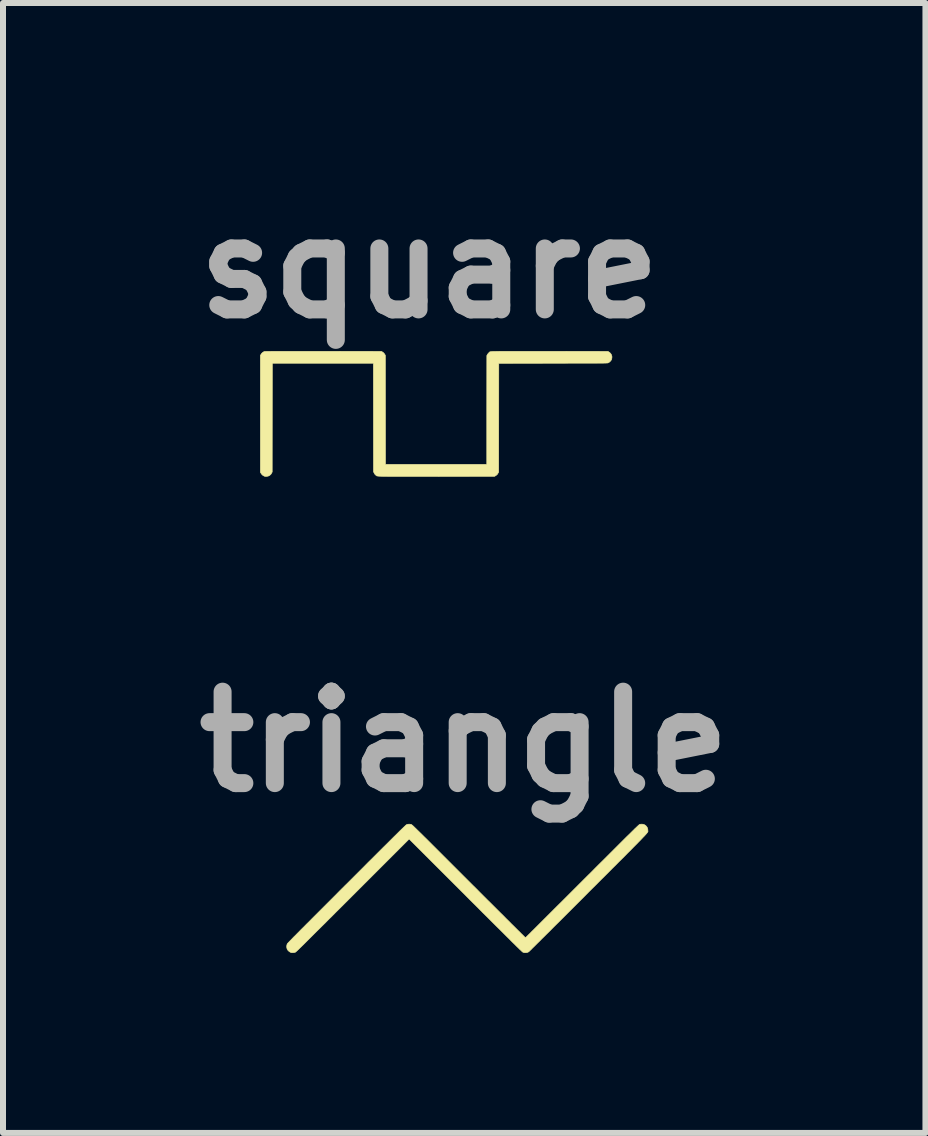
<source format=kicad_pcb>
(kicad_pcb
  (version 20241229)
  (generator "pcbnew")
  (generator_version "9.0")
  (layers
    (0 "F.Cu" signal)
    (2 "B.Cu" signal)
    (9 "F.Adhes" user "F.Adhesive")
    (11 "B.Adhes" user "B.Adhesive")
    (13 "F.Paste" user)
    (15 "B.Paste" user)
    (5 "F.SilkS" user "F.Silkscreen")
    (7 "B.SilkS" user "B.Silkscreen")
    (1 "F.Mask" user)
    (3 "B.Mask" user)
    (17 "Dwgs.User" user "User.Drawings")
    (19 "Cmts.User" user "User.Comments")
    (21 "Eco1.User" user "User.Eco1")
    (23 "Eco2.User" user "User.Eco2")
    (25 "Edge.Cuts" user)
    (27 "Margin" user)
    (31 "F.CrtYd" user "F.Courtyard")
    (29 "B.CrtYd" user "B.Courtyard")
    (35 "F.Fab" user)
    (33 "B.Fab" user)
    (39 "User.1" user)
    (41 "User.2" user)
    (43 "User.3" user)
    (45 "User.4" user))
  (footprint "triangle"
    (layer "F.Cu")
    (at 4.688 11.854)
    (property "Reference" "triangle" (at 0 -2.54 0) (layer "F.Fab") (effects (font (size 1.524 1.524) (thickness 0.3))))
    (attr through_hole)
    (fp_poly (pts (xy 2.99 -1.162) (xy 3.001 -1.158) (xy 3.023 -1.145) (xy 3.04 -1.127) (xy 3.053 -1.106) (xy 3.06 -1.082) (xy 3.061 -1.063) (xy 3.061 -1.06) (xy 3.062 -1.057) (xy 3.062 -1.055) (xy 3.063 -1.052) (xy 3.063 -1.05) (xy 3.063 -1.048) (xy 3.063 -1.045) (xy 3.062 -1.042) (xy 3.06 -1.039) (xy 3.058 -1.035) (xy 3.055 -1.03) (xy 3.051 -1.024) (xy 3.046 -1.018) (xy 3.04 -1.01) (xy 3.032 -1.001) (xy 3.023 -0.991) (xy 3.012 -0.979) (xy 3 -0.966) (xy 2.985 -0.951) (xy 2.969 -0.934) (xy 2.951 -0.915) (xy 2.93 -0.893) (xy 2.907 -0.87) (xy 2.882 -0.844) (xy 2.854 -0.816) (xy 2.823 -0.785) (xy 2.79 -0.751) (xy 2.754 -0.715) (xy 2.714 -0.675) (xy 2.672 -0.632) (xy 2.626 -0.586) (xy 2.576 -0.537) (xy 2.524 -0.484) (xy 2.467 -0.428) (xy 2.407 -0.367) (xy 2.343 -0.303) (xy 2.274 -0.235) (xy 2.202 -0.162) (xy 2.125 -0.086) (xy 2.067 -0.028) (xy 2.001 0.039) (xy 1.936 0.104) (xy 1.872 0.168) (xy 1.81 0.23) (xy 1.749 0.291) (xy 1.69 0.35) (xy 1.632 0.408) (xy 1.577 0.463) (xy 1.523 0.516) (xy 1.472 0.567) (xy 1.424 0.616) (xy 1.377 0.662) (xy 1.334 0.705) (xy 1.293 0.745) (xy 1.256 0.783) (xy 1.221 0.817) (xy 1.19 0.848) (xy 1.163 0.875) (xy 1.138 0.899) (xy 1.118 0.92) (xy 1.101 0.936) (xy 1.089 0.948) (xy 1.08 0.956) (xy 1.076 0.96) (xy 1.076 0.961) (xy 1.054 0.971) (xy 1.03 0.976) (xy 1.005 0.976) (xy 0.981 0.969) (xy 0.978 0.968) (xy 0.976 0.967) (xy 0.973 0.964) (xy 0.968 0.96) (xy 0.961 0.954) (xy 0.953 0.946) (xy 0.943 0.936) (xy 0.93 0.925) (xy 0.916 0.911) (xy 0.899 0.894) (xy 0.88 0.876) (xy 0.859 0.855) (xy 0.835 0.831) (xy 0.808 0.805) (xy 0.779 0.776) (xy 0.747 0.743) (xy 0.711 0.708) (xy 0.673 0.67) (xy 0.631 0.628) (xy 0.586 0.583) (xy 0.537 0.535) (xy 0.485 0.483) (xy 0.429 0.427) (xy 0.369 0.367) (xy 0.305 0.304) (xy 0.238 0.236) (xy 0.166 0.164) (xy 0.089 0.088) (xy 0.023 0.021) (xy -0.918 -0.919) (xy -1.858 0.021) (xy -1.936 0.099) (xy -2.01 0.173) (xy -2.079 0.242) (xy -2.145 0.307) (xy -2.206 0.369) (xy -2.264 0.426) (xy -2.317 0.48) (xy -2.368 0.53) (xy -2.414 0.576) (xy -2.458 0.619) (xy -2.498 0.659) (xy -2.535 0.696) (xy -2.569 0.73) (xy -2.6 0.761) (xy -2.628 0.789) (xy -2.654 0.815) (xy -2.677 0.838) (xy -2.698 0.858) (xy -2.717 0.877) (xy -2.734 0.893) (xy -2.749 0.908) (xy -2.761 0.92) (xy -2.773 0.931) (xy -2.782 0.94) (xy -2.79 0.947) (xy -2.797 0.953) (xy -2.802 0.958) (xy -2.807 0.962) (xy -2.81 0.965) (xy -2.813 0.967) (xy -2.815 0.968) (xy -2.815 0.968) (xy -2.833 0.973) (xy -2.852 0.976) (xy -2.871 0.976) (xy -2.881 0.975) (xy -2.903 0.966) (xy -2.923 0.952) (xy -2.94 0.935) (xy -2.952 0.915) (xy -2.953 0.912) (xy -2.958 0.891) (xy -2.959 0.869) (xy -2.956 0.847) (xy -2.949 0.828) (xy -2.948 0.827) (xy -2.946 0.824) (xy -2.942 0.819) (xy -2.935 0.812) (xy -2.926 0.802) (xy -2.914 0.79) (xy -2.9 0.775) (xy -2.882 0.757) (xy -2.862 0.736) (xy -2.839 0.712) (xy -2.812 0.686) (xy -2.783 0.656) (xy -2.75 0.623) (xy -2.714 0.586) (xy -2.674 0.547) (xy -2.631 0.503) (xy -2.584 0.457) (xy -2.534 0.406) (xy -2.48 0.352) (xy -2.422 0.294) (xy -2.36 0.232) (xy -2.294 0.166) (xy -2.224 0.096) (xy -2.15 0.022) (xy -2.072 -0.057) (xy -1.989 -0.14) (xy -1.958 -0.17) (xy -1.878 -0.25) (xy -1.803 -0.325) (xy -1.732 -0.396) (xy -1.665 -0.463) (xy -1.603 -0.526) (xy -1.544 -0.584) (xy -1.488 -0.64) (xy -1.437 -0.691) (xy -1.389 -0.739) (xy -1.344 -0.784) (xy -1.302 -0.825) (xy -1.264 -0.863) (xy -1.228 -0.899) (xy -1.196 -0.931) (xy -1.166 -0.961) (xy -1.139 -0.987) (xy -1.114 -1.012) (xy -1.092 -1.034) (xy -1.072 -1.054) (xy -1.054 -1.071) (xy -1.038 -1.087) (xy -1.024 -1.1) (xy -1.012 -1.112) (xy -1.001 -1.122) (xy -0.992 -1.131) (xy -0.984 -1.138) (xy -0.978 -1.144) (xy -0.973 -1.149) (xy -0.968 -1.152) (xy -0.965 -1.155) (xy -0.962 -1.157) (xy -0.96 -1.158) (xy -0.959 -1.159) (xy -0.937 -1.165) (xy -0.913 -1.166) (xy -0.89 -1.163) (xy -0.883 -1.161) (xy -0.881 -1.16) (xy -0.879 -1.159) (xy -0.877 -1.158) (xy -0.875 -1.156) (xy -0.872 -1.154) (xy -0.868 -1.151) (xy -0.863 -1.147) (xy -0.857 -1.142) (xy -0.85 -1.135) (xy -0.842 -1.128) (xy -0.833 -1.119) (xy -0.822 -1.108) (xy -0.809 -1.096) (xy -0.795 -1.082) (xy -0.779 -1.066) (xy -0.76 -1.048) (xy -0.74 -1.028) (xy -0.717 -1.006) (xy -0.692 -0.981) (xy -0.665 -0.954) (xy -0.634 -0.924) (xy -0.601 -0.891) (xy -0.565 -0.855) (xy -0.526 -0.816) (xy -0.484 -0.774) (xy -0.439 -0.729) (xy -0.39 -0.68) (xy -0.337 -0.627) (xy -0.281 -0.571) (xy -0.221 -0.511) (xy -0.157 -0.447) (xy -0.089 -0.379) (xy -0.017 -0.307) (xy 0.059 -0.231) (xy 0.076 -0.214) (xy 0.141 -0.149) (xy 0.205 -0.086) (xy 0.267 -0.023) (xy 0.328 0.038) (xy 0.387 0.097) (xy 0.445 0.154) (xy 0.501 0.21) (xy 0.555 0.264) (xy 0.606 0.315) (xy 0.656 0.364) (xy 0.702 0.411) (xy 0.747 0.455) (xy 0.788 0.497) (xy 0.827 0.535) (xy 0.862 0.57) (xy 0.895 0.603) (xy 0.924 0.631) (xy 0.949 0.657) (xy 0.971 0.678) (xy 0.989 0.696) (xy 1.003 0.71) (xy 1.013 0.72) (xy 1.019 0.726) (xy 1.021 0.727) (xy 1.023 0.725) (xy 1.03 0.718) (xy 1.041 0.708) (xy 1.056 0.693) (xy 1.075 0.674) (xy 1.098 0.652) (xy 1.124 0.625) (xy 1.154 0.596) (xy 1.187 0.563) (xy 1.223 0.527) (xy 1.262 0.488) (xy 1.304 0.446) (xy 1.349 0.401) (xy 1.396 0.354) (xy 1.446 0.304) (xy 1.498 0.252) (xy 1.552 0.198) (xy 1.609 0.142) (xy 1.667 0.084) (xy 1.726 0.025) (xy 1.788 -0.037) (xy 1.85 -0.099) (xy 1.914 -0.163) (xy 1.965 -0.214) (xy 2.043 -0.292) (xy 2.117 -0.365) (xy 2.186 -0.435) (xy 2.251 -0.5) (xy 2.313 -0.561) (xy 2.37 -0.618) (xy 2.424 -0.672) (xy 2.474 -0.722) (xy 2.52 -0.768) (xy 2.563 -0.811) (xy 2.603 -0.851) (xy 2.64 -0.888) (xy 2.674 -0.922) (xy 2.705 -0.953) (xy 2.734 -0.981) (xy 2.76 -1.006) (xy 2.783 -1.029) (xy 2.804 -1.05) (xy 2.823 -1.068) (xy 2.839 -1.085) (xy 2.854 -1.099) (xy 2.867 -1.111) (xy 2.878 -1.122) (xy 2.888 -1.131) (xy 2.896 -1.139) (xy 2.903 -1.145) (xy 2.908 -1.15) (xy 2.913 -1.154) (xy 2.916 -1.157) (xy 2.919 -1.159) (xy 2.921 -1.16) (xy 2.923 -1.161) (xy 2.944 -1.166) (xy 2.968 -1.166) (xy 2.99 -1.162)) (stroke (width 0.01) (type solid)) (fill yes) (layer "F.SilkS")))
  (footprint "square"
    (layer "F.Cu")
    (at 4.108 3.958)
    (property "Reference" "square" (at 0 -2.54 0) (layer "F.Fab") (effects (font (size 1.524 1.524) (thickness 0.3))))
    (attr through_hole)
    (fp_poly (pts (xy 1.496 -1.152) (xy 1.559 -1.152) (xy 1.627 -1.152) (xy 1.7 -1.152) (xy 1.779 -1.152) (xy 1.864 -1.152) (xy 1.955 -1.152) (xy 2.005 -1.152) (xy 2.973 -1.151) (xy 2.987 -1.144) (xy 3.008 -1.129) (xy 3.024 -1.111) (xy 3.036 -1.09) (xy 3.042 -1.068) (xy 3.042 -1.044) (xy 3.037 -1.02) (xy 3.032 -1.008) (xy 3.021 -0.993) (xy 3.007 -0.978) (xy 2.991 -0.966) (xy 2.979 -0.96) (xy 2.977 -0.959) (xy 2.975 -0.959) (xy 2.973 -0.958) (xy 2.969 -0.958) (xy 2.965 -0.957) (xy 2.959 -0.957) (xy 2.952 -0.957) (xy 2.943 -0.956) (xy 2.932 -0.956) (xy 2.919 -0.956) (xy 2.903 -0.955) (xy 2.886 -0.955) (xy 2.865 -0.955) (xy 2.841 -0.955) (xy 2.814 -0.955) (xy 2.784 -0.954) (xy 2.749 -0.954) (xy 2.711 -0.954) (xy 2.669 -0.954) (xy 2.623 -0.954) (xy 2.571 -0.954) (xy 2.516 -0.954) (xy 2.455 -0.954) (xy 2.389 -0.954) (xy 2.317 -0.954) (xy 2.24 -0.953) (xy 2.156 -0.953) (xy 2.067 -0.953) (xy 2.06 -0.953) (xy 1.156 -0.952) (xy 1.155 -0.047) (xy 1.154 0.859) (xy 1.145 0.877) (xy 1.132 0.898) (xy 1.113 0.915) (xy 1.098 0.925) (xy 1.084 0.932) (xy 0.118 0.933) (xy 0.024 0.933) (xy -0.064 0.933) (xy -0.146 0.933) (xy -0.222 0.933) (xy -0.293 0.933) (xy -0.358 0.933) (xy -0.419 0.933) (xy -0.474 0.933) (xy -0.525 0.933) (xy -0.571 0.933) (xy -0.613 0.933) (xy -0.651 0.933) (xy -0.685 0.933) (xy -0.716 0.932) (xy -0.743 0.932) (xy -0.767 0.932) (xy -0.788 0.931) (xy -0.807 0.931) (xy -0.822 0.93) (xy -0.836 0.93) (xy -0.847 0.929) (xy -0.857 0.928) (xy -0.864 0.927) (xy -0.871 0.926) (xy -0.875 0.925) (xy -0.879 0.924) (xy -0.882 0.922) (xy -0.885 0.921) (xy -0.887 0.919) (xy -0.888 0.918) (xy -0.89 0.916) (xy -0.892 0.914) (xy -0.894 0.912) (xy -0.895 0.911) (xy -0.908 0.899) (xy -0.918 0.883) (xy -0.921 0.877) (xy -0.932 0.856) (xy -0.934 -0.953) (xy -2.619 -0.953) (xy -2.62 -0.047) (xy -2.621 0.859) (xy -2.63 0.877) (xy -2.643 0.898) (xy -2.662 0.915) (xy -2.677 0.924) (xy -2.689 0.928) (xy -2.704 0.931) (xy -2.72 0.933) (xy -2.735 0.933) (xy -2.746 0.931) (xy -2.77 0.92) (xy -2.79 0.904) (xy -2.806 0.883) (xy -2.81 0.876) (xy -2.818 0.862) (xy -2.818 -1.081) (xy -2.81 -1.096) (xy -2.799 -1.114) (xy -2.784 -1.129) (xy -2.767 -1.141) (xy -2.757 -1.146) (xy -2.755 -1.147) (xy -2.753 -1.147) (xy -2.751 -1.148) (xy -2.748 -1.148) (xy -2.745 -1.149) (xy -2.741 -1.149) (xy -2.735 -1.15) (xy -2.728 -1.15) (xy -2.719 -1.15) (xy -2.709 -1.151) (xy -2.696 -1.151) (xy -2.682 -1.151) (xy -2.664 -1.151) (xy -2.644 -1.151) (xy -2.622 -1.152) (xy -2.596 -1.152) (xy -2.566 -1.152) (xy -2.533 -1.152) (xy -2.497 -1.152) (xy -2.456 -1.152) (xy -2.412 -1.152) (xy -2.363 -1.152) (xy -2.309 -1.152) (xy -2.25 -1.152) (xy -2.187 -1.152) (xy -2.118 -1.152) (xy -2.044 -1.152) (xy -1.964 -1.152) (xy -1.878 -1.152) (xy -1.786 -1.152) (xy -1.771 -1.152) (xy -0.802 -1.151) (xy -0.785 -1.142) (xy -0.765 -1.128) (xy -0.75 -1.11) (xy -0.742 -1.098) (xy -0.735 -1.084) (xy -0.734 -0.175) (xy -0.733 0.733) (xy 0.956 0.733) (xy 0.956 -0.174) (xy 0.957 -1.081) (xy 0.966 -1.097) (xy 0.973 -1.108) (xy 0.983 -1.12) (xy 0.991 -1.128) (xy 0.993 -1.13) (xy 0.995 -1.133) (xy 0.996 -1.135) (xy 0.998 -1.137) (xy 1 -1.138) (xy 1.002 -1.14) (xy 1.004 -1.141) (xy 1.007 -1.143) (xy 1.012 -1.144) (xy 1.017 -1.145) (xy 1.024 -1.146) (xy 1.033 -1.147) (xy 1.043 -1.148) (xy 1.055 -1.149) (xy 1.07 -1.149) (xy 1.087 -1.15) (xy 1.106 -1.15) (xy 1.129 -1.151) (xy 1.155 -1.151) (xy 1.184 -1.152) (xy 1.216 -1.152) (xy 1.252 -1.152) (xy 1.292 -1.152) (xy 1.336 -1.152) (xy 1.385 -1.152) (xy 1.438 -1.152) (xy 1.496 -1.152)) (stroke (width 0.01) (type solid)) (fill yes) (layer "F.SilkS")))
  (gr_rect
    (start -3 -3)
    (end 12.376 15.835)
    (stroke (width 0.1) (type default))
    (fill no)
    (layer "Edge.Cuts")))
</source>
